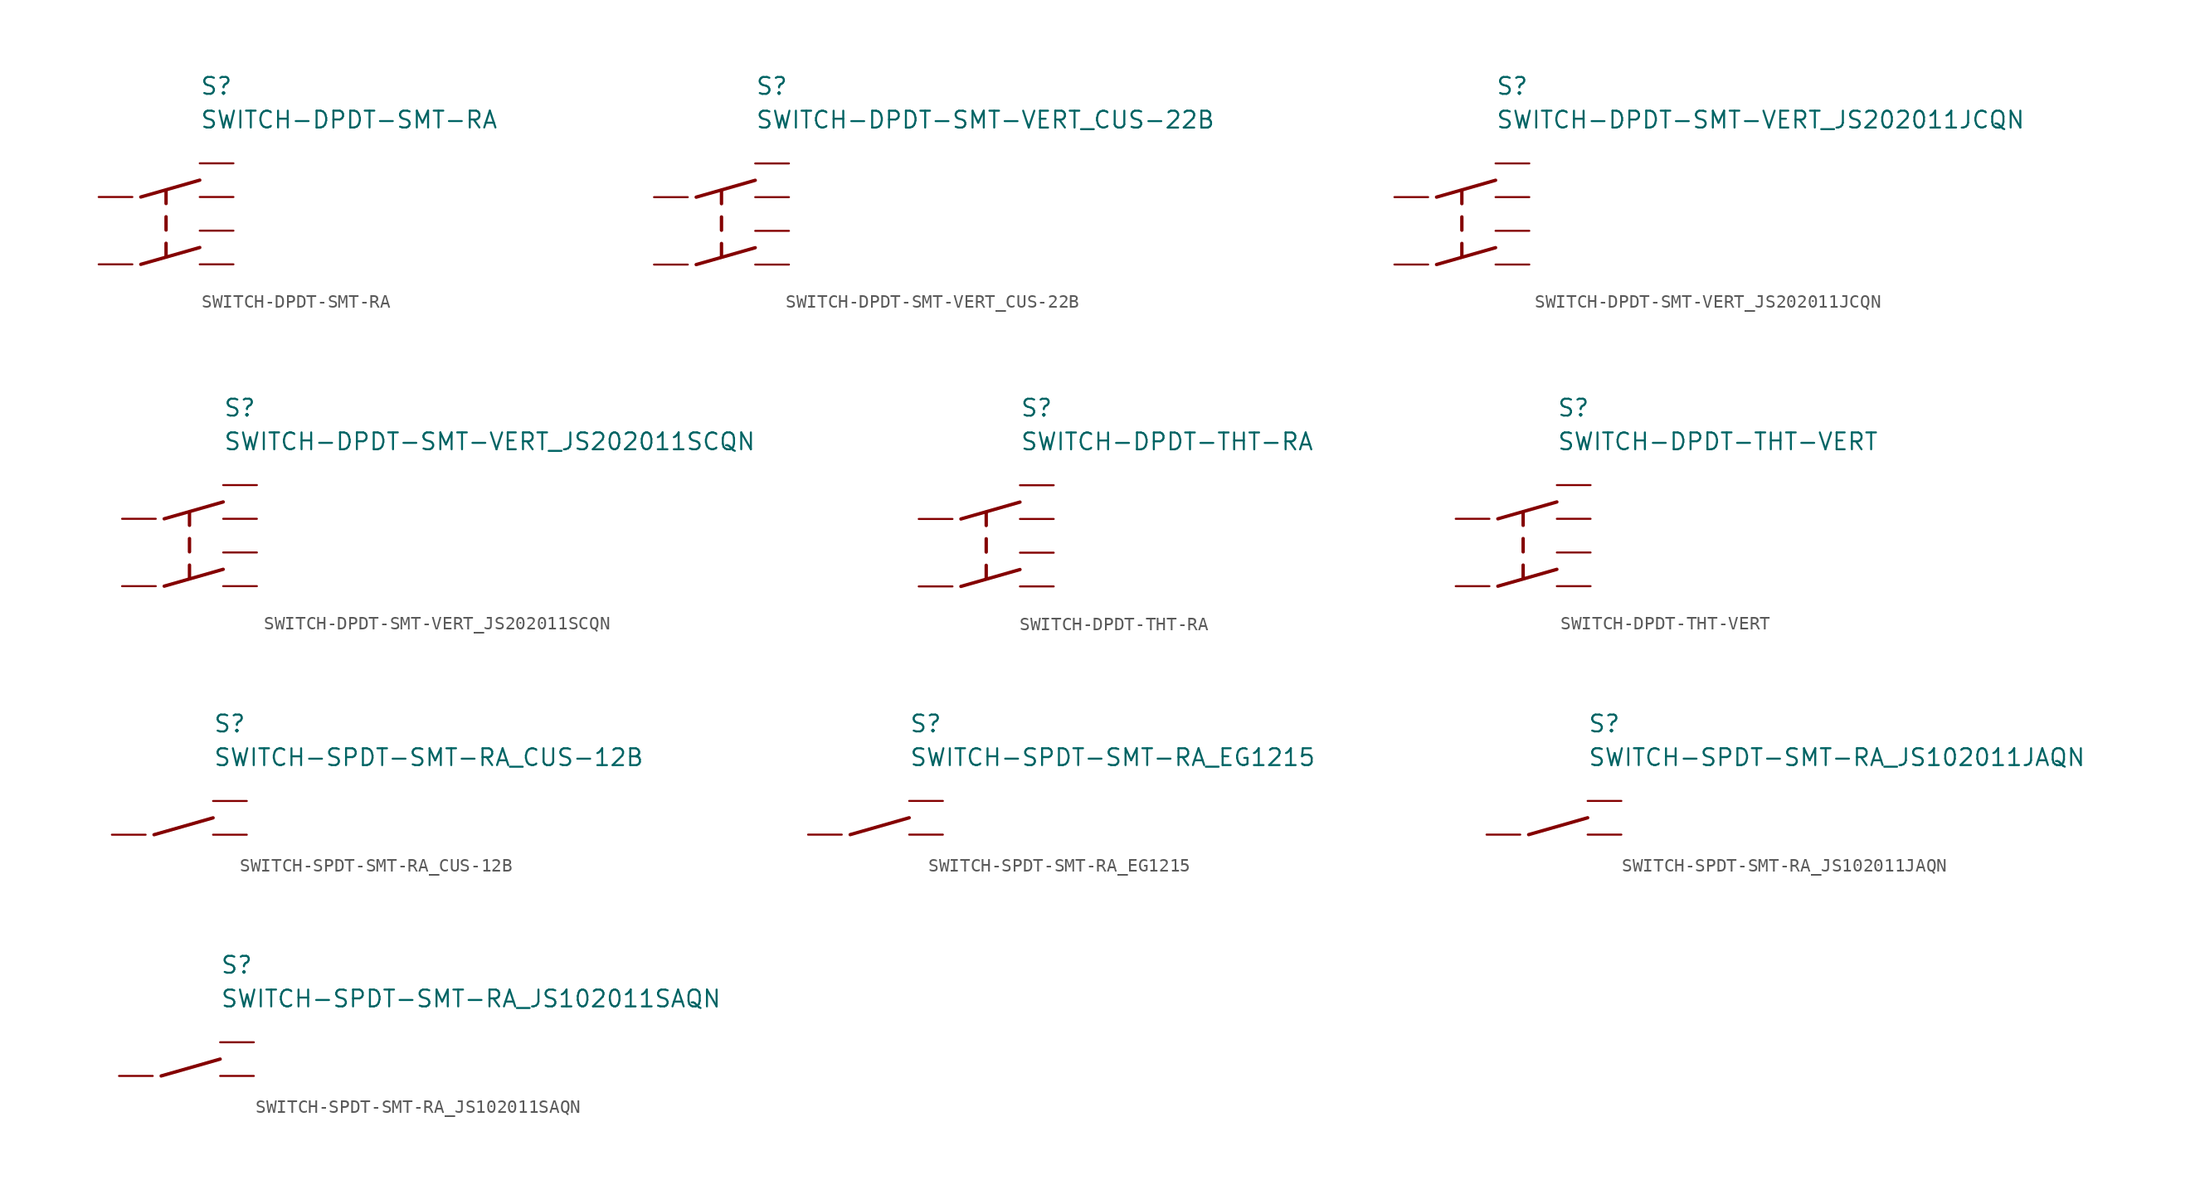
<source format=kicad_sym>
(kicad_symbol_lib
  (version 20211014)
  (generator kicad_symbol_editor)
  (symbol "SWITCH-DPDT-SMT-RA"
    (pin_numbers hide)
    (pin_names)
    (property "Reference" "S"
      (at 2.54 7.62 0)
      (effects (font (size 1.27 1.27)) (justify left bottom)))
    (property "Value" "SWITCH-DPDT-SMT-RA"
      (at 2.54 5.08 0)
      (effects (font (size 1.27 1.27)) (justify left bottom)))
    (property "Datasheet" ""
      (at 0 0 0))
    (property "ki_fp_filters" "FlashPCB_Switches:SWITCH-SLIDE-SMT-RA-DPDT-JS202011JAQN"
      (at 0 0 0))
    (symbol "SWITCH-DPDT-SMT-RA_1_1"
      (polyline (pts (xy -1.905 0) (xy 2.54 1.27)) (stroke (width 0.254)) (fill (type none)))
      (polyline (pts (xy -1.905 -5.08) (xy 2.54 -3.81)) (stroke (width 0.254)) (fill (type none)))
      (polyline (pts (xy 0 0.508) (xy 0 -0.492)) (stroke (width 0.254) (type solid)) (fill (type none)))
      (polyline (pts (xy 0 -1.492) (xy 0 -2.492)) (stroke (width 0.254) (type solid)) (fill (type none)))
      (polyline (pts (xy 0 -3.492) (xy 0 -4.492)) (stroke (width 0.254) (type solid)) (fill (type none)))
      (circle private (center 0 0) (radius 0.254) (stroke (width 0.254) (type default)) (fill (type none)))
      (circle private (center 0 0) (radius 0.254) (stroke (width 0.254) (type default)) (fill (type none)))
      (circle private (center 0 0) (radius 0.254) (stroke (width 0.254) (type default)) (fill (type none)))
      (circle private (center 0 0) (radius 0.254) (stroke (width 0.254) (type default)) (fill (type none)))
      (circle private (center 0 0) (radius 0.254) (stroke (width 0.254) (type default)) (fill (type none)))
      (circle private (center 0 0) (radius 0.254) (stroke (width 0.254) (type default)) (fill (type none)))
      (pin bidirectional line (at -5.08 0 0) (length 2.54) (name "1" (effects (font (size 0 0)))) (number "2" (effects (font (size 1.27 1.27)))))
      (pin bidirectional line (at 5.08 2.54 180) (length 2.54) (name "2" (effects (font (size 0 0)))) (number "1" (effects (font (size 1.27 1.27)))))
      (pin bidirectional line (at 5.08 0 180) (length 2.54) (name "3" (effects (font (size 0 0)))) (number "3" (effects (font (size 1.27 1.27)))))
      (pin bidirectional line (at -5.08 -5.08 0) (length 2.54) (name "4" (effects (font (size 0 0)))) (number "6" (effects (font (size 1.27 1.27)))))
      (pin bidirectional line (at 5.08 -2.54 180) (length 2.54) (name "5" (effects (font (size 0 0)))) (number "5" (effects (font (size 1.27 1.27)))))
      (pin bidirectional line (at 5.08 -5.08 180) (length 2.54) (name "6" (effects (font (size 0 0)))) (number "7" (effects (font (size 1.27 1.27)))))))
  (symbol "SWITCH-DPDT-SMT-VERT_CUS-22B"
    (pin_numbers hide)
    (pin_names)
    (property "Reference" "S"
      (at 2.54 7.62 0)
      (effects (font (size 1.27 1.27)) (justify left bottom)))
    (property "Value" "SWITCH-DPDT-SMT-VERT_CUS-22B"
      (at 2.54 5.08 0)
      (effects (font (size 1.27 1.27)) (justify left bottom)))
    (property "Datasheet" ""
      (at 0 0 0))
    (property "ki_fp_filters" "FlashPCB_Switches:SWITCH-SLIDE-SMT-VERT-DPDT-CUS-22B"
      (at 0 0 0))
    (symbol "SWITCH-DPDT-SMT-VERT_CUS-22B_1_1"
      (polyline (pts (xy -1.905 0) (xy 2.54 1.27)) (stroke (width 0.254)) (fill (type none)))
      (polyline (pts (xy -1.905 -5.08) (xy 2.54 -3.81)) (stroke (width 0.254)) (fill (type none)))
      (polyline (pts (xy 0 0.508) (xy 0 -0.492)) (stroke (width 0.254) (type solid)) (fill (type none)))
      (polyline (pts (xy 0 -1.492) (xy 0 -2.492)) (stroke (width 0.254) (type solid)) (fill (type none)))
      (polyline (pts (xy 0 -3.492) (xy 0 -4.492)) (stroke (width 0.254) (type solid)) (fill (type none)))
      (circle private (center 0 0) (radius 0.254) (stroke (width 0.254) (type default)) (fill (type none)))
      (circle private (center 0 0) (radius 0.254) (stroke (width 0.254) (type default)) (fill (type none)))
      (circle private (center 0 0) (radius 0.254) (stroke (width 0.254) (type default)) (fill (type none)))
      (circle private (center 0 0) (radius 0.254) (stroke (width 0.254) (type default)) (fill (type none)))
      (circle private (center 0 0) (radius 0.254) (stroke (width 0.254) (type default)) (fill (type none)))
      (circle private (center 0 0) (radius 0.254) (stroke (width 0.254) (type default)) (fill (type none)))
      (pin bidirectional line (at -5.08 0 0) (length 2.54) (name "1" (effects (font (size 0 0)))) (number "2" (effects (font (size 1.27 1.27)))))
      (pin bidirectional line (at 5.08 2.54 180) (length 2.54) (name "2" (effects (font (size 0 0)))) (number "1" (effects (font (size 1.27 1.27)))))
      (pin bidirectional line (at 5.08 0 180) (length 2.54) (name "3" (effects (font (size 0 0)))) (number "3" (effects (font (size 1.27 1.27)))))
      (pin bidirectional line (at -5.08 -5.08 0) (length 2.54) (name "4" (effects (font (size 0 0)))) (number "5" (effects (font (size 1.27 1.27)))))
      (pin bidirectional line (at 5.08 -2.54 180) (length 2.54) (name "5" (effects (font (size 0 0)))) (number "4" (effects (font (size 1.27 1.27)))))
      (pin bidirectional line (at 5.08 -5.08 180) (length 2.54) (name "6" (effects (font (size 0 0)))) (number "6" (effects (font (size 1.27 1.27)))))))
  (symbol "SWITCH-DPDT-SMT-VERT_JS202011JCQN"
    (pin_numbers hide)
    (pin_names)
    (property "Reference" "S"
      (at 2.54 7.62 0)
      (effects (font (size 1.27 1.27)) (justify left bottom)))
    (property "Value" "SWITCH-DPDT-SMT-VERT_JS202011JCQN"
      (at 2.54 5.08 0)
      (effects (font (size 1.27 1.27)) (justify left bottom)))
    (property "Datasheet" ""
      (at 0 0 0))
    (property "ki_fp_filters" "FlashPCB_Switches:SWITCH-SLIDE-SMT-VERT-DPDT-JS202011JCQN"
      (at 0 0 0))
    (symbol "SWITCH-DPDT-SMT-VERT_JS202011JCQN_1_1"
      (polyline (pts (xy -1.905 0) (xy 2.54 1.27)) (stroke (width 0.254)) (fill (type none)))
      (polyline (pts (xy -1.905 -5.08) (xy 2.54 -3.81)) (stroke (width 0.254)) (fill (type none)))
      (polyline (pts (xy 0 0.508) (xy 0 -0.492)) (stroke (width 0.254) (type solid)) (fill (type none)))
      (polyline (pts (xy 0 -1.492) (xy 0 -2.492)) (stroke (width 0.254) (type solid)) (fill (type none)))
      (polyline (pts (xy 0 -3.492) (xy 0 -4.492)) (stroke (width 0.254) (type solid)) (fill (type none)))
      (circle private (center 0 0) (radius 0.254) (stroke (width 0.254) (type default)) (fill (type none)))
      (circle private (center 0 0) (radius 0.254) (stroke (width 0.254) (type default)) (fill (type none)))
      (circle private (center 0 0) (radius 0.254) (stroke (width 0.254) (type default)) (fill (type none)))
      (circle private (center 0 0) (radius 0.254) (stroke (width 0.254) (type default)) (fill (type none)))
      (circle private (center 0 0) (radius 0.254) (stroke (width 0.254) (type default)) (fill (type none)))
      (circle private (center 0 0) (radius 0.254) (stroke (width 0.254) (type default)) (fill (type none)))
      (pin bidirectional line (at -5.08 0 0) (length 2.54) (name "1" (effects (font (size 0 0)))) (number "2" (effects (font (size 1.27 1.27)))))
      (pin bidirectional line (at 5.08 2.54 180) (length 2.54) (name "2" (effects (font (size 0 0)))) (number "1" (effects (font (size 1.27 1.27)))))
      (pin bidirectional line (at 5.08 0 180) (length 2.54) (name "3" (effects (font (size 0 0)))) (number "3" (effects (font (size 1.27 1.27)))))
      (pin bidirectional line (at -5.08 -5.08 0) (length 2.54) (name "4" (effects (font (size 0 0)))) (number "6" (effects (font (size 1.27 1.27)))))
      (pin bidirectional line (at 5.08 -2.54 180) (length 2.54) (name "5" (effects (font (size 0 0)))) (number "5" (effects (font (size 1.27 1.27)))))
      (pin bidirectional line (at 5.08 -5.08 180) (length 2.54) (name "6" (effects (font (size 0 0)))) (number "7" (effects (font (size 1.27 1.27)))))))
  (symbol "SWITCH-DPDT-SMT-VERT_JS202011SCQN"
    (pin_numbers hide)
    (pin_names)
    (property "Reference" "S"
      (at 2.54 7.62 0)
      (effects (font (size 1.27 1.27)) (justify left bottom)))
    (property "Value" "SWITCH-DPDT-SMT-VERT_JS202011SCQN"
      (at 2.54 5.08 0)
      (effects (font (size 1.27 1.27)) (justify left bottom)))
    (property "Datasheet" ""
      (at 0 0 0))
    (property "ki_fp_filters" "FlashPCB_Switches:SWITCH-SLIDE-SMT-VERT-DPDT-JS202011SCQN"
      (at 0 0 0))
    (symbol "SWITCH-DPDT-SMT-VERT_JS202011SCQN_1_1"
      (polyline (pts (xy -1.905 0) (xy 2.54 1.27)) (stroke (width 0.254)) (fill (type none)))
      (polyline (pts (xy -1.905 -5.08) (xy 2.54 -3.81)) (stroke (width 0.254)) (fill (type none)))
      (polyline (pts (xy 0 0.508) (xy 0 -0.492)) (stroke (width 0.254) (type solid)) (fill (type none)))
      (polyline (pts (xy 0 -1.492) (xy 0 -2.492)) (stroke (width 0.254) (type solid)) (fill (type none)))
      (polyline (pts (xy 0 -3.492) (xy 0 -4.492)) (stroke (width 0.254) (type solid)) (fill (type none)))
      (circle private (center 0 0) (radius 0.254) (stroke (width 0.254) (type default)) (fill (type none)))
      (circle private (center 0 0) (radius 0.254) (stroke (width 0.254) (type default)) (fill (type none)))
      (circle private (center 0 0) (radius 0.254) (stroke (width 0.254) (type default)) (fill (type none)))
      (circle private (center 0 0) (radius 0.254) (stroke (width 0.254) (type default)) (fill (type none)))
      (circle private (center 0 0) (radius 0.254) (stroke (width 0.254) (type default)) (fill (type none)))
      (circle private (center 0 0) (radius 0.254) (stroke (width 0.254) (type default)) (fill (type none)))
      (pin bidirectional line (at -5.08 0 0) (length 2.54) (name "1" (effects (font (size 0 0)))) (number "2" (effects (font (size 1.27 1.27)))))
      (pin bidirectional line (at 5.08 2.54 180) (length 2.54) (name "2" (effects (font (size 0 0)))) (number "1" (effects (font (size 1.27 1.27)))))
      (pin bidirectional line (at 5.08 0 180) (length 2.54) (name "3" (effects (font (size 0 0)))) (number "3" (effects (font (size 1.27 1.27)))))
      (pin bidirectional line (at -5.08 -5.08 0) (length 2.54) (name "4" (effects (font (size 0 0)))) (number "5" (effects (font (size 1.27 1.27)))))
      (pin bidirectional line (at 5.08 -2.54 180) (length 2.54) (name "5" (effects (font (size 0 0)))) (number "4" (effects (font (size 1.27 1.27)))))
      (pin bidirectional line (at 5.08 -5.08 180) (length 2.54) (name "6" (effects (font (size 0 0)))) (number "6" (effects (font (size 1.27 1.27)))))))
  (symbol "SWITCH-DPDT-THT-RA"
    (pin_numbers hide)
    (pin_names)
    (property "Reference" "S"
      (at 2.54 7.62 0)
      (effects (font (size 1.27 1.27)) (justify left bottom)))
    (property "Value" "SWITCH-DPDT-THT-RA"
      (at 2.54 5.08 0)
      (effects (font (size 1.27 1.27)) (justify left bottom)))
    (property "Datasheet" ""
      (at 0 0 0))
    (property "ki_fp_filters" "FlashPCB_Switches:SWITCH-SLIDE-THT-RA-DPDT-JS202011AQN"
      (at 0 0 0))
    (symbol "SWITCH-DPDT-THT-RA_1_1"
      (polyline (pts (xy -1.905 0) (xy 2.54 1.27)) (stroke (width 0.254)) (fill (type none)))
      (polyline (pts (xy -1.905 -5.08) (xy 2.54 -3.81)) (stroke (width 0.254)) (fill (type none)))
      (polyline (pts (xy 0 0.508) (xy 0 -0.492)) (stroke (width 0.254) (type solid)) (fill (type none)))
      (polyline (pts (xy 0 -1.492) (xy 0 -2.492)) (stroke (width 0.254) (type solid)) (fill (type none)))
      (polyline (pts (xy 0 -3.492) (xy 0 -4.492)) (stroke (width 0.254) (type solid)) (fill (type none)))
      (circle private (center 0 0) (radius 0.254) (stroke (width 0.254) (type default)) (fill (type none)))
      (circle private (center 0 0) (radius 0.254) (stroke (width 0.254) (type default)) (fill (type none)))
      (circle private (center 0 0) (radius 0.254) (stroke (width 0.254) (type default)) (fill (type none)))
      (circle private (center 0 0) (radius 0.254) (stroke (width 0.254) (type default)) (fill (type none)))
      (circle private (center 0 0) (radius 0.254) (stroke (width 0.254) (type default)) (fill (type none)))
      (circle private (center 0 0) (radius 0.254) (stroke (width 0.254) (type default)) (fill (type none)))
      (pin bidirectional line (at -5.08 0 0) (length 2.54) (name "1" (effects (font (size 0 0)))) (number "2" (effects (font (size 1.27 1.27)))))
      (pin bidirectional line (at 5.08 2.54 180) (length 2.54) (name "2" (effects (font (size 0 0)))) (number "1" (effects (font (size 1.27 1.27)))))
      (pin bidirectional line (at 5.08 0 180) (length 2.54) (name "3" (effects (font (size 0 0)))) (number "3" (effects (font (size 1.27 1.27)))))
      (pin bidirectional line (at -5.08 -5.08 0) (length 2.54) (name "4" (effects (font (size 0 0)))) (number "5" (effects (font (size 1.27 1.27)))))
      (pin bidirectional line (at 5.08 -2.54 180) (length 2.54) (name "5" (effects (font (size 0 0)))) (number "4" (effects (font (size 1.27 1.27)))))
      (pin bidirectional line (at 5.08 -5.08 180) (length 2.54) (name "6" (effects (font (size 0 0)))) (number "6" (effects (font (size 1.27 1.27)))))))
  (symbol "SWITCH-DPDT-THT-VERT"
    (pin_numbers hide)
    (pin_names)
    (property "Reference" "S"
      (at 2.54 7.62 0)
      (effects (font (size 1.27 1.27)) (justify left bottom)))
    (property "Value" "SWITCH-DPDT-THT-VERT"
      (at 2.54 5.08 0)
      (effects (font (size 1.27 1.27)) (justify left bottom)))
    (property "Datasheet" ""
      (at 0 0 0))
    (property "ki_fp_filters" "FlashPCB_Switches:SWITCH-SLIDE-THT-VERT-DPDT-JS202011CQN"
      (at 0 0 0))
    (symbol "SWITCH-DPDT-THT-VERT_1_1"
      (polyline (pts (xy -1.905 0) (xy 2.54 1.27)) (stroke (width 0.254)) (fill (type none)))
      (polyline (pts (xy -1.905 -5.08) (xy 2.54 -3.81)) (stroke (width 0.254)) (fill (type none)))
      (polyline (pts (xy 0 0.508) (xy 0 -0.492)) (stroke (width 0.254) (type solid)) (fill (type none)))
      (polyline (pts (xy 0 -1.492) (xy 0 -2.492)) (stroke (width 0.254) (type solid)) (fill (type none)))
      (polyline (pts (xy 0 -3.492) (xy 0 -4.492)) (stroke (width 0.254) (type solid)) (fill (type none)))
      (circle private (center 0 0) (radius 0.254) (stroke (width 0.254) (type default)) (fill (type none)))
      (circle private (center 0 0) (radius 0.254) (stroke (width 0.254) (type default)) (fill (type none)))
      (circle private (center 0 0) (radius 0.254) (stroke (width 0.254) (type default)) (fill (type none)))
      (circle private (center 0 0) (radius 0.254) (stroke (width 0.254) (type default)) (fill (type none)))
      (circle private (center 0 0) (radius 0.254) (stroke (width 0.254) (type default)) (fill (type none)))
      (circle private (center 0 0) (radius 0.254) (stroke (width 0.254) (type default)) (fill (type none)))
      (pin bidirectional line (at -5.08 0 0) (length 2.54) (name "1" (effects (font (size 0 0)))) (number "2" (effects (font (size 1.27 1.27)))))
      (pin bidirectional line (at 5.08 2.54 180) (length 2.54) (name "2" (effects (font (size 0 0)))) (number "1" (effects (font (size 1.27 1.27)))))
      (pin bidirectional line (at 5.08 0 180) (length 2.54) (name "3" (effects (font (size 0 0)))) (number "3" (effects (font (size 1.27 1.27)))))
      (pin bidirectional line (at -5.08 -5.08 0) (length 2.54) (name "4" (effects (font (size 0 0)))) (number "5" (effects (font (size 1.27 1.27)))))
      (pin bidirectional line (at 5.08 -2.54 180) (length 2.54) (name "5" (effects (font (size 0 0)))) (number "4" (effects (font (size 1.27 1.27)))))
      (pin bidirectional line (at 5.08 -5.08 180) (length 2.54) (name "6" (effects (font (size 0 0)))) (number "6" (effects (font (size 1.27 1.27)))))))
  (symbol "SWITCH-SPDT-SMT-RA_CUS-12B"
    (pin_numbers hide)
    (pin_names)
    (property "Reference" "S"
      (at 2.54 7.62 0)
      (effects (font (size 1.27 1.27)) (justify left bottom)))
    (property "Value" "SWITCH-SPDT-SMT-RA_CUS-12B"
      (at 2.54 5.08 0)
      (effects (font (size 1.27 1.27)) (justify left bottom)))
    (property "Datasheet" ""
      (at 0 0 0))
    (property "ki_fp_filters" "FlashPCB_Switches:SWITCH-SLIDE-SMT-RA-SPDT-CUS-12B-EG1215"
      (at 0 0 0))
    (symbol "SWITCH-SPDT-SMT-RA_CUS-12B_1_1"
      (polyline (pts (xy -1.905 0) (xy 2.54 1.27)) (stroke (width 0.254)) (fill (type none)))
      (circle private (center 0 0) (radius 0.254) (stroke (width 0.254) (type default)) (fill (type none)))
      (circle private (center 0 0) (radius 0.254) (stroke (width 0.254) (type default)) (fill (type none)))
      (circle private (center 0 0) (radius 0.254) (stroke (width 0.254) (type default)) (fill (type none)))
      (pin bidirectional line (at -5.08 0 0) (length 2.54) (name "1" (effects (font (size 0 0)))) (number "2" (effects (font (size 1.27 1.27)))))
      (pin bidirectional line (at 5.08 2.54 180) (length 2.54) (name "2" (effects (font (size 0 0)))) (number "1" (effects (font (size 1.27 1.27)))))
      (pin bidirectional line (at 5.08 0 180) (length 2.54) (name "3" (effects (font (size 0 0)))) (number "3" (effects (font (size 1.27 1.27)))))))
  (symbol "SWITCH-SPDT-SMT-RA_EG1215"
    (pin_numbers hide)
    (pin_names)
    (property "Reference" "S"
      (at 2.54 7.62 0)
      (effects (font (size 1.27 1.27)) (justify left bottom)))
    (property "Value" "SWITCH-SPDT-SMT-RA_EG1215"
      (at 2.54 5.08 0)
      (effects (font (size 1.27 1.27)) (justify left bottom)))
    (property "Datasheet" ""
      (at 0 0 0))
    (property "ki_fp_filters" "FlashPCB_Switches:SWITCH-SLIDE-SMT-RA-SPDT-CUS-12B-EG1215"
      (at 0 0 0))
    (symbol "SWITCH-SPDT-SMT-RA_EG1215_1_1"
      (polyline (pts (xy -1.905 0) (xy 2.54 1.27)) (stroke (width 0.254)) (fill (type none)))
      (circle private (center 0 0) (radius 0.254) (stroke (width 0.254) (type default)) (fill (type none)))
      (circle private (center 0 0) (radius 0.254) (stroke (width 0.254) (type default)) (fill (type none)))
      (circle private (center 0 0) (radius 0.254) (stroke (width 0.254) (type default)) (fill (type none)))
      (pin bidirectional line (at -5.08 0 0) (length 2.54) (name "1" (effects (font (size 0 0)))) (number "2" (effects (font (size 1.27 1.27)))))
      (pin bidirectional line (at 5.08 2.54 180) (length 2.54) (name "2" (effects (font (size 0 0)))) (number "1" (effects (font (size 1.27 1.27)))))
      (pin bidirectional line (at 5.08 0 180) (length 2.54) (name "3" (effects (font (size 0 0)))) (number "3" (effects (font (size 1.27 1.27)))))))
  (symbol "SWITCH-SPDT-SMT-RA_JS102011JAQN"
    (pin_numbers hide)
    (pin_names)
    (property "Reference" "S"
      (at 2.54 7.62 0)
      (effects (font (size 1.27 1.27)) (justify left bottom)))
    (property "Value" "SWITCH-SPDT-SMT-RA_JS102011JAQN"
      (at 2.54 5.08 0)
      (effects (font (size 1.27 1.27)) (justify left bottom)))
    (property "Datasheet" ""
      (at 0 0 0))
    (property "ki_fp_filters" "FlashPCB_Switches:SWITCH-SLIDE-SMT-RA-SPDT-JS102011JAQN"
      (at 0 0 0))
    (symbol "SWITCH-SPDT-SMT-RA_JS102011JAQN_1_1"
      (polyline (pts (xy -1.905 0) (xy 2.54 1.27)) (stroke (width 0.254)) (fill (type none)))
      (circle private (center 0 0) (radius 0.254) (stroke (width 0.254) (type default)) (fill (type none)))
      (circle private (center 0 0) (radius 0.254) (stroke (width 0.254) (type default)) (fill (type none)))
      (circle private (center 0 0) (radius 0.254) (stroke (width 0.254) (type default)) (fill (type none)))
      (pin bidirectional line (at -5.08 0 0) (length 2.54) (name "1" (effects (font (size 0 0)))) (number "P_2.1" (effects (font (size 1.27 1.27)))))
      (pin bidirectional line (at -5.08 0 0) (length 2.54) hide (name "1" (effects (font (size 0 0)))) (number "P_2.2" (effects (font (size 1.27 1.27)))))
      (pin bidirectional line (at 5.08 2.54 180) (length 2.54) (name "2" (effects (font (size 0 0)))) (number "P_1.1" (effects (font (size 1.27 1.27)))))
      (pin bidirectional line (at 5.08 2.54 180) (length 2.54) hide (name "2" (effects (font (size 0 0)))) (number "P_1.2" (effects (font (size 1.27 1.27)))))
      (pin bidirectional line (at 5.08 0 180) (length 2.54) (name "3" (effects (font (size 0 0)))) (number "P_3.1" (effects (font (size 1.27 1.27)))))
      (pin bidirectional line (at 5.08 0 180) (length 2.54) hide (name "3" (effects (font (size 0 0)))) (number "P_3.2" (effects (font (size 1.27 1.27)))))))
  (symbol "SWITCH-SPDT-SMT-RA_JS102011SAQN"
    (pin_numbers hide)
    (pin_names)
    (property "Reference" "S"
      (at 2.54 7.62 0)
      (effects (font (size 1.27 1.27)) (justify left bottom)))
    (property "Value" "SWITCH-SPDT-SMT-RA_JS102011SAQN"
      (at 2.54 5.08 0)
      (effects (font (size 1.27 1.27)) (justify left bottom)))
    (property "Datasheet" ""
      (at 0 0 0))
    (property "ki_fp_filters" "FlashPCB_Switches:SWITCH-SLIDE-SMT-RA-SPDT-JS102011SAQN"
      (at 0 0 0))
    (symbol "SWITCH-SPDT-SMT-RA_JS102011SAQN_1_1"
      (polyline (pts (xy -1.905 0) (xy 2.54 1.27)) (stroke (width 0.254)) (fill (type none)))
      (circle private (center 0 0) (radius 0.254) (stroke (width 0.254) (type default)) (fill (type none)))
      (circle private (center 0 0) (radius 0.254) (stroke (width 0.254) (type default)) (fill (type none)))
      (circle private (center 0 0) (radius 0.254) (stroke (width 0.254) (type default)) (fill (type none)))
      (pin bidirectional line (at -5.08 0 0) (length 2.54) (name "1" (effects (font (size 0 0)))) (number "2" (effects (font (size 1.27 1.27)))))
      (pin bidirectional line (at 5.08 2.54 180) (length 2.54) (name "2" (effects (font (size 0 0)))) (number "1" (effects (font (size 1.27 1.27)))))
      (pin bidirectional line (at 5.08 0 180) (length 2.54) (name "3" (effects (font (size 0 0)))) (number "3" (effects (font (size 1.27 1.27))))))))
</source>
